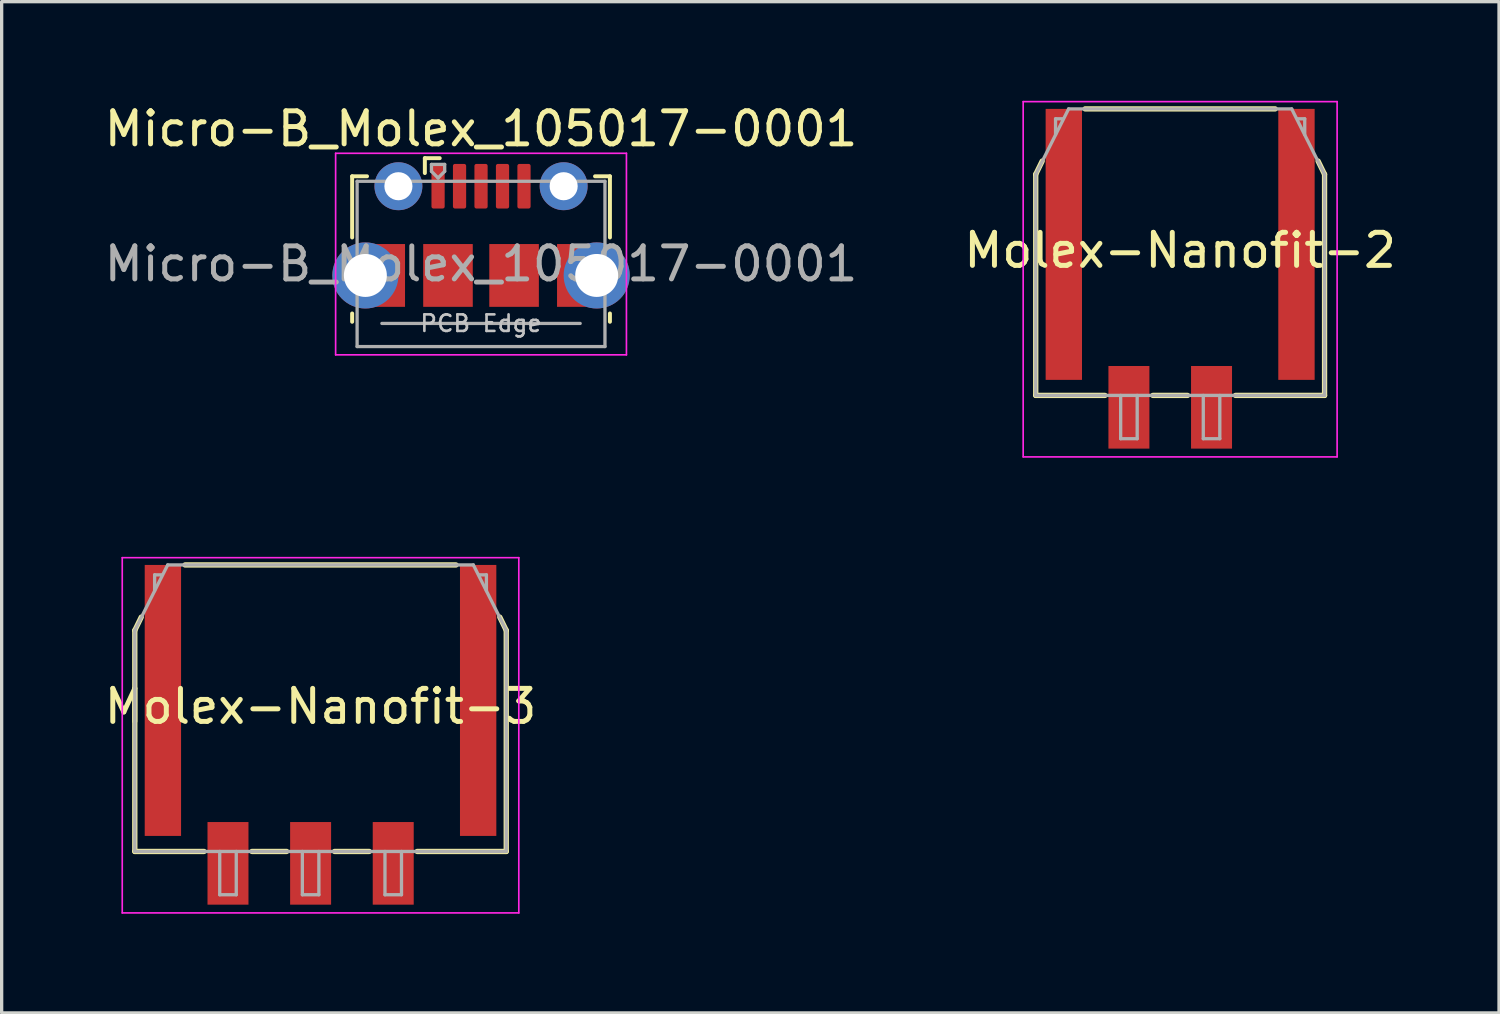
<source format=kicad_pcb>
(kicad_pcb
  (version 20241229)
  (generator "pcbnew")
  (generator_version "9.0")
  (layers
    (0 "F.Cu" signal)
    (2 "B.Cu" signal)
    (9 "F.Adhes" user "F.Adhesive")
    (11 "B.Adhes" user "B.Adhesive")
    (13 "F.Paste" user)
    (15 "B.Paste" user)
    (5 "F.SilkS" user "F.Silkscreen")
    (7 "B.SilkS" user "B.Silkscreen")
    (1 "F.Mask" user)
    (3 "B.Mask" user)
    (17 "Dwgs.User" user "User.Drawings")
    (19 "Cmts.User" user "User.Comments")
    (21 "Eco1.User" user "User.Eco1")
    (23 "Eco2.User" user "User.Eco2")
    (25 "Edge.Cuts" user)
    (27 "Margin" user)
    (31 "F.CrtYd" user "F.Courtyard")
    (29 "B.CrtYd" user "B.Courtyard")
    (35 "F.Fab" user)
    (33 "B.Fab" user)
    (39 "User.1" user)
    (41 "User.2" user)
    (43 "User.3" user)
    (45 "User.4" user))
  (footprint "Micro-B_Molex_105017-0001"
    (layer "F.Cu")
    (at 11.556 6.723)
    (property "Reference" "Micro-B_Molex_105017-0001" (at -0.05 -5.875 0) (layer "F.SilkS") (effects (font (size 1 1) (thickness 0.15))))
    (attr through_hole)
    (fp_line (start -3.95 -4.438) (end -3.5 -4.438) (stroke (width 0.12) (type solid)) (layer "F.SilkS"))
    (fp_line (start -3.95 -2.587) (end -3.95 -4.438) (stroke (width 0.12) (type solid)) (layer "F.SilkS"))
    (fp_line (start -3.95 -0.037) (end -3.95 -0.287) (stroke (width 0.12) (type solid)) (layer "F.SilkS"))
    (fp_line (start -1.75 -4.987) (end -1.75 -4.537) (stroke (width 0.12) (type solid)) (layer "F.SilkS"))
    (fp_line (start -1.75 -4.987) (end -1.3 -4.987) (stroke (width 0.12) (type solid)) (layer "F.SilkS"))
    (fp_line (start 3.85 -4.438) (end 3.4 -4.438) (stroke (width 0.12) (type solid)) (layer "F.SilkS"))
    (fp_line (start 3.85 -2.587) (end 3.85 -4.438) (stroke (width 0.12) (type solid)) (layer "F.SilkS"))
    (fp_line (start 3.85 -0.037) (end 3.85 -0.287) (stroke (width 0.12) (type solid)) (layer "F.SilkS"))
    (fp_line (start -4.45 -5.135) (end 4.35 -5.135) (stroke (width 0.05) (type solid)) (layer "F.CrtYd"))
    (fp_line (start -4.45 0.965) (end -4.45 -5.135) (stroke (width 0.05) (type solid)) (layer "F.CrtYd"))
    (fp_line (start -4.45 0.965) (end 4.35 0.965) (stroke (width 0.05) (type solid)) (layer "F.CrtYd"))
    (fp_line (start 4.35 -5.135) (end 4.35 0.965) (stroke (width 0.05) (type solid)) (layer "F.CrtYd"))
    (fp_line (start -3.8 -4.287) (end 3.7 -4.287) (stroke (width 0.1) (type solid)) (layer "F.Fab"))
    (fp_line (start -3.8 0.713) (end -3.8 -4.287) (stroke (width 0.1) (type solid)) (layer "F.Fab"))
    (fp_line (start -3.8 0.714) (end 3.7 0.714) (stroke (width 0.1) (type solid)) (layer "F.Fab"))
    (fp_line (start -3.05 0.014) (end 2.95 0.014) (stroke (width 0.1) (type solid)) (layer "F.Fab"))
    (fp_line (start -1.55 -4.798) (end -1.55 -4.588) (stroke (width 0.1) (type solid)) (layer "F.Fab"))
    (fp_line (start -1.55 -4.798) (end -1.15 -4.798) (stroke (width 0.1) (type solid)) (layer "F.Fab"))
    (fp_line (start -1.35 -4.388) (end -1.55 -4.588) (stroke (width 0.1) (type solid)) (layer "F.Fab"))
    (fp_line (start -1.15 -4.798) (end -1.15 -4.588) (stroke (width 0.1) (type solid)) (layer "F.Fab"))
    (fp_line (start -1.15 -4.588) (end -1.35 -4.388) (stroke (width 0.1) (type solid)) (layer "F.Fab"))
    (fp_line (start 3.7 0.713) (end 3.7 -4.287) (stroke (width 0.1) (type solid)) (layer "F.Fab"))
    (fp_text user "PCB Edge" (at -0.05 0.013 0) (layer "Dwgs.User") (effects (font (size 0.5 0.5) (thickness 0.08))))
    (fp_text user "${REFERENCE}" (at -0.05 -1.788 0) (layer "F.Fab") (effects (font (size 1 1) (thickness 0.15))))
    (pad "1" smd roundrect (at -1.35 -4.138) (size 0.4 1.35) (layers "F.Cu" "F.Mask" "F.Paste") (roundrect_rratio 0.15))
    (pad "2" smd roundrect (at -0.7 -4.138) (size 0.4 1.35) (layers "F.Cu" "F.Mask" "F.Paste") (roundrect_rratio 0.15))
    (pad "3" smd roundrect (at -0.05 -4.138) (size 0.4 1.35) (layers "F.Cu" "F.Mask" "F.Paste") (roundrect_rratio 0.15))
    (pad "4" smd roundrect (at 0.6 -4.138) (size 0.4 1.35) (layers "F.Cu" "F.Mask" "F.Paste") (roundrect_rratio 0.15))
    (pad "5" smd roundrect (at 1.25 -4.138) (size 0.4 1.35) (layers "F.Cu" "F.Mask" "F.Paste") (roundrect_rratio 0.15))
    (pad "6" thru_hole circle (at -3.55 -1.438 180) (size 2 2) (drill 1.3) (layers "*.Cu" "*.Mask"))
    (pad "6" smd rect (at -2.95 -1.438) (size 1.2 1.9) (layers "F.Cu" "F.Mask"))
    (pad "6" thru_hole circle (at -2.55 -4.138) (size 1.45 1.45) (drill 0.85) (layers "*.Cu" "*.Mask"))
    (pad "6" smd rect (at -1.05 -1.438) (size 1.5 1.9) (layers "F.Cu" "F.Mask" "F.Paste"))
    (pad "6" smd rect (at 0.95 -1.438) (size 1.5 1.9) (layers "F.Cu" "F.Mask" "F.Paste"))
    (pad "6" thru_hole circle (at 2.45 -4.138) (size 1.45 1.45) (drill 0.85) (layers "*.Cu" "*.Mask"))
    (pad "6" smd rect (at 2.85 -1.438) (size 1.2 1.9) (layers "F.Cu" "F.Mask"))
    (pad "6" thru_hole circle (at 3.45 -1.438) (size 2 2) (drill 1.3) (layers "*.Cu" "*.Mask")))
  (footprint "Molex-Nanofit-2"
    (layer "F.Cu")
    (at 32.661 9.275)
    (property "Reference" "Molex-Nanofit-2" (at 0 -4.75 0) (layer "F.SilkS") (effects (font (size 1 1) (thickness 0.15))))
    (attr smd)
    (fp_line (start -4.37 -0.36) (end -4.37 -7.05) (stroke (width 0.16) (type solid)) (layer "F.SilkS"))
    (fp_line (start -4.175 -7.45) (end -4.37 -7.05) (stroke (width 0.16) (type solid)) (layer "F.SilkS"))
    (fp_line (start -2.875 -9.03) (end 2.875 -9.03) (stroke (width 0.16) (type solid)) (layer "F.SilkS"))
    (fp_line (start -2.275 -0.36) (end -4.37 -0.36) (stroke (width 0.16) (type solid)) (layer "F.SilkS"))
    (fp_line (start -0.825 -0.36) (end 0.225 -0.36) (stroke (width 0.16) (type solid)) (layer "F.SilkS"))
    (fp_line (start 1.675 -0.36) (end 4.37 -0.36) (stroke (width 0.16) (type solid)) (layer "F.SilkS"))
    (fp_line (start 4.175 -7.45) (end 4.37 -7.05) (stroke (width 0.16) (type solid)) (layer "F.SilkS"))
    (fp_line (start 4.37 -0.36) (end 4.37 -7.05) (stroke (width 0.16) (type solid)) (layer "F.SilkS"))
    (fp_line (start -4.75 -9.25) (end -4.75 1.5) (stroke (width 0.05) (type solid)) (layer "F.CrtYd"))
    (fp_line (start -4.75 1.5) (end 4.75 1.5) (stroke (width 0.05) (type solid)) (layer "F.CrtYd"))
    (fp_line (start 4.75 -9.25) (end -4.75 -9.25) (stroke (width 0.05) (type solid)) (layer "F.CrtYd"))
    (fp_line (start 4.75 1.5) (end 4.75 -9.25) (stroke (width 0.05) (type solid)) (layer "F.CrtYd"))
    (fp_line (start -4.37 -0.36) (end -4.37 -7.05) (stroke (width 0.1) (type solid)) (layer "F.Fab"))
    (fp_line (start -4.37 -0.36) (end 4.37 -0.36) (stroke (width 0.1) (type solid)) (layer "F.Fab"))
    (fp_line (start -3.77 -8.25) (end -3.77 -8.73) (stroke (width 0.1) (type solid)) (layer "F.Fab"))
    (fp_line (start -3.55 -8.73) (end -3.77 -8.73) (stroke (width 0.1) (type solid)) (layer "F.Fab"))
    (fp_line (start -3.375 -9.03) (end -4.37 -7.05) (stroke (width 0.1) (type solid)) (layer "F.Fab"))
    (fp_line (start -3.375 -9.03) (end 3.375 -9.03) (stroke (width 0.1) (type solid)) (layer "F.Fab"))
    (fp_line (start -1.8 -0.36) (end -1.8 0.95) (stroke (width 0.1) (type solid)) (layer "F.Fab"))
    (fp_line (start -1.3 -0.36) (end -1.3 0.95) (stroke (width 0.1) (type solid)) (layer "F.Fab"))
    (fp_line (start -1.3 0.95) (end -1.8 0.95) (stroke (width 0.1) (type solid)) (layer "F.Fab"))
    (fp_line (start 0.7 -0.36) (end 0.7 0.95) (stroke (width 0.1) (type solid)) (layer "F.Fab"))
    (fp_line (start 1.2 -0.36) (end 1.2 0.95) (stroke (width 0.1) (type solid)) (layer "F.Fab"))
    (fp_line (start 1.2 0.95) (end 0.7 0.95) (stroke (width 0.1) (type solid)) (layer "F.Fab"))
    (fp_line (start 3.375 -9.03) (end 4.37 -7.05) (stroke (width 0.1) (type solid)) (layer "F.Fab"))
    (fp_line (start 3.55 -8.73) (end 3.77 -8.73) (stroke (width 0.1) (type solid)) (layer "F.Fab"))
    (fp_line (start 3.77 -8.25) (end 3.77 -8.73) (stroke (width 0.1) (type solid)) (layer "F.Fab"))
    (fp_line (start 4.37 -0.36) (end 4.37 -7.05) (stroke (width 0.1) (type solid)) (layer "F.Fab"))
    (pad "" smd rect (at -3.52 -4.93) (size 1.1 8.2) (layers "F.Cu" "F.Mask" "F.Paste"))
    (pad "" smd rect (at 3.52 -4.93) (size 1.1 8.2) (layers "F.Cu" "F.Mask" "F.Paste"))
    (pad "1" smd rect (at -1.55 0) (size 1.24 2.5) (layers "F.Cu" "F.Mask" "F.Paste"))
    (pad "2" smd rect (at 0.95 0) (size 1.24 2.5) (layers "F.Cu" "F.Mask" "F.Paste")))
  (footprint "Molex-Nanofit-3"
    (layer "F.Cu")
    (at 6.649 23.075)
    (property "Reference" "Molex-Nanofit-3" (at 0 -4.75 0) (layer "F.SilkS") (effects (font (size 1 1) (thickness 0.15))))
    (attr smd)
    (fp_line (start -5.62 -0.36) (end -5.62 -7.05) (stroke (width 0.16) (type solid)) (layer "F.SilkS"))
    (fp_line (start -5.425 -7.45) (end -5.62 -7.05) (stroke (width 0.16) (type solid)) (layer "F.SilkS"))
    (fp_line (start -4.1 -9.03) (end 4.1 -9.03) (stroke (width 0.16) (type solid)) (layer "F.SilkS"))
    (fp_line (start -3.525 -0.36) (end -5.62 -0.36) (stroke (width 0.16) (type solid)) (layer "F.SilkS"))
    (fp_line (start -2.075 -0.36) (end -1.025 -0.36) (stroke (width 0.16) (type solid)) (layer "F.SilkS"))
    (fp_line (start 0.425 -0.36) (end 1.475 -0.36) (stroke (width 0.16) (type solid)) (layer "F.SilkS"))
    (fp_line (start 2.925 -0.36) (end 5.62 -0.36) (stroke (width 0.16) (type solid)) (layer "F.SilkS"))
    (fp_line (start 5.425 -7.45) (end 5.62 -7.05) (stroke (width 0.16) (type solid)) (layer "F.SilkS"))
    (fp_line (start 5.62 -0.36) (end 5.62 -7.05) (stroke (width 0.16) (type solid)) (layer "F.SilkS"))
    (fp_line (start -6 -9.25) (end -6 1.5) (stroke (width 0.05) (type solid)) (layer "F.CrtYd"))
    (fp_line (start -6 1.5) (end 6 1.5) (stroke (width 0.05) (type solid)) (layer "F.CrtYd"))
    (fp_line (start 6 -9.25) (end -6 -9.25) (stroke (width 0.05) (type solid)) (layer "F.CrtYd"))
    (fp_line (start 6 1.5) (end 6 -9.25) (stroke (width 0.05) (type solid)) (layer "F.CrtYd"))
    (fp_line (start -5.62 -0.36) (end -5.62 -7.05) (stroke (width 0.1) (type solid)) (layer "F.Fab"))
    (fp_line (start -5.62 -0.36) (end 5.62 -0.36) (stroke (width 0.1) (type solid)) (layer "F.Fab"))
    (fp_line (start -5.02 -8.25) (end -5.02 -8.73) (stroke (width 0.1) (type solid)) (layer "F.Fab"))
    (fp_line (start -4.8 -8.73) (end -5.02 -8.73) (stroke (width 0.1) (type solid)) (layer "F.Fab"))
    (fp_line (start -4.625 -9.03) (end -5.62 -7.05) (stroke (width 0.1) (type solid)) (layer "F.Fab"))
    (fp_line (start -4.625 -9.03) (end 4.625 -9.03) (stroke (width 0.1) (type solid)) (layer "F.Fab"))
    (fp_line (start -3.05 -0.36) (end -3.05 0.95) (stroke (width 0.1) (type solid)) (layer "F.Fab"))
    (fp_line (start -2.55 -0.36) (end -2.55 0.95) (stroke (width 0.1) (type solid)) (layer "F.Fab"))
    (fp_line (start -2.55 0.95) (end -3.05 0.95) (stroke (width 0.1) (type solid)) (layer "F.Fab"))
    (fp_line (start -0.55 -0.36) (end -0.55 0.95) (stroke (width 0.1) (type solid)) (layer "F.Fab"))
    (fp_line (start -0.05 -0.36) (end -0.05 0.95) (stroke (width 0.1) (type solid)) (layer "F.Fab"))
    (fp_line (start -0.05 0.95) (end -0.55 0.95) (stroke (width 0.1) (type solid)) (layer "F.Fab"))
    (fp_line (start 1.95 -0.36) (end 1.95 0.95) (stroke (width 0.1) (type solid)) (layer "F.Fab"))
    (fp_line (start 2.45 -0.36) (end 2.45 0.95) (stroke (width 0.1) (type solid)) (layer "F.Fab"))
    (fp_line (start 2.45 0.95) (end 1.95 0.95) (stroke (width 0.1) (type solid)) (layer "F.Fab"))
    (fp_line (start 4.625 -9.03) (end 5.62 -7.05) (stroke (width 0.1) (type solid)) (layer "F.Fab"))
    (fp_line (start 4.8 -8.73) (end 5.02 -8.73) (stroke (width 0.1) (type solid)) (layer "F.Fab"))
    (fp_line (start 5.02 -8.25) (end 5.02 -8.73) (stroke (width 0.1) (type solid)) (layer "F.Fab"))
    (fp_line (start 5.62 -0.36) (end 5.62 -7.05) (stroke (width 0.1) (type solid)) (layer "F.Fab"))
    (pad "" smd rect (at -4.77 -4.93) (size 1.1 8.2) (layers "F.Cu" "F.Mask" "F.Paste"))
    (pad "" smd rect (at 4.77 -4.93) (size 1.1 8.2) (layers "F.Cu" "F.Mask" "F.Paste"))
    (pad "1" smd rect (at -2.8 0) (size 1.24 2.5) (layers "F.Cu" "F.Mask" "F.Paste"))
    (pad "2" smd rect (at -0.3 0) (size 1.24 2.5) (layers "F.Cu" "F.Mask" "F.Paste"))
    (pad "3" smd rect (at 2.2 0) (size 1.24 2.5) (layers "F.Cu" "F.Mask" "F.Paste")))
  (gr_rect
    (start -3 -3)
    (end 42.31 27.6)
    (stroke (width 0.1) (type default))
    (fill no)
    (layer "Edge.Cuts")))
</source>
